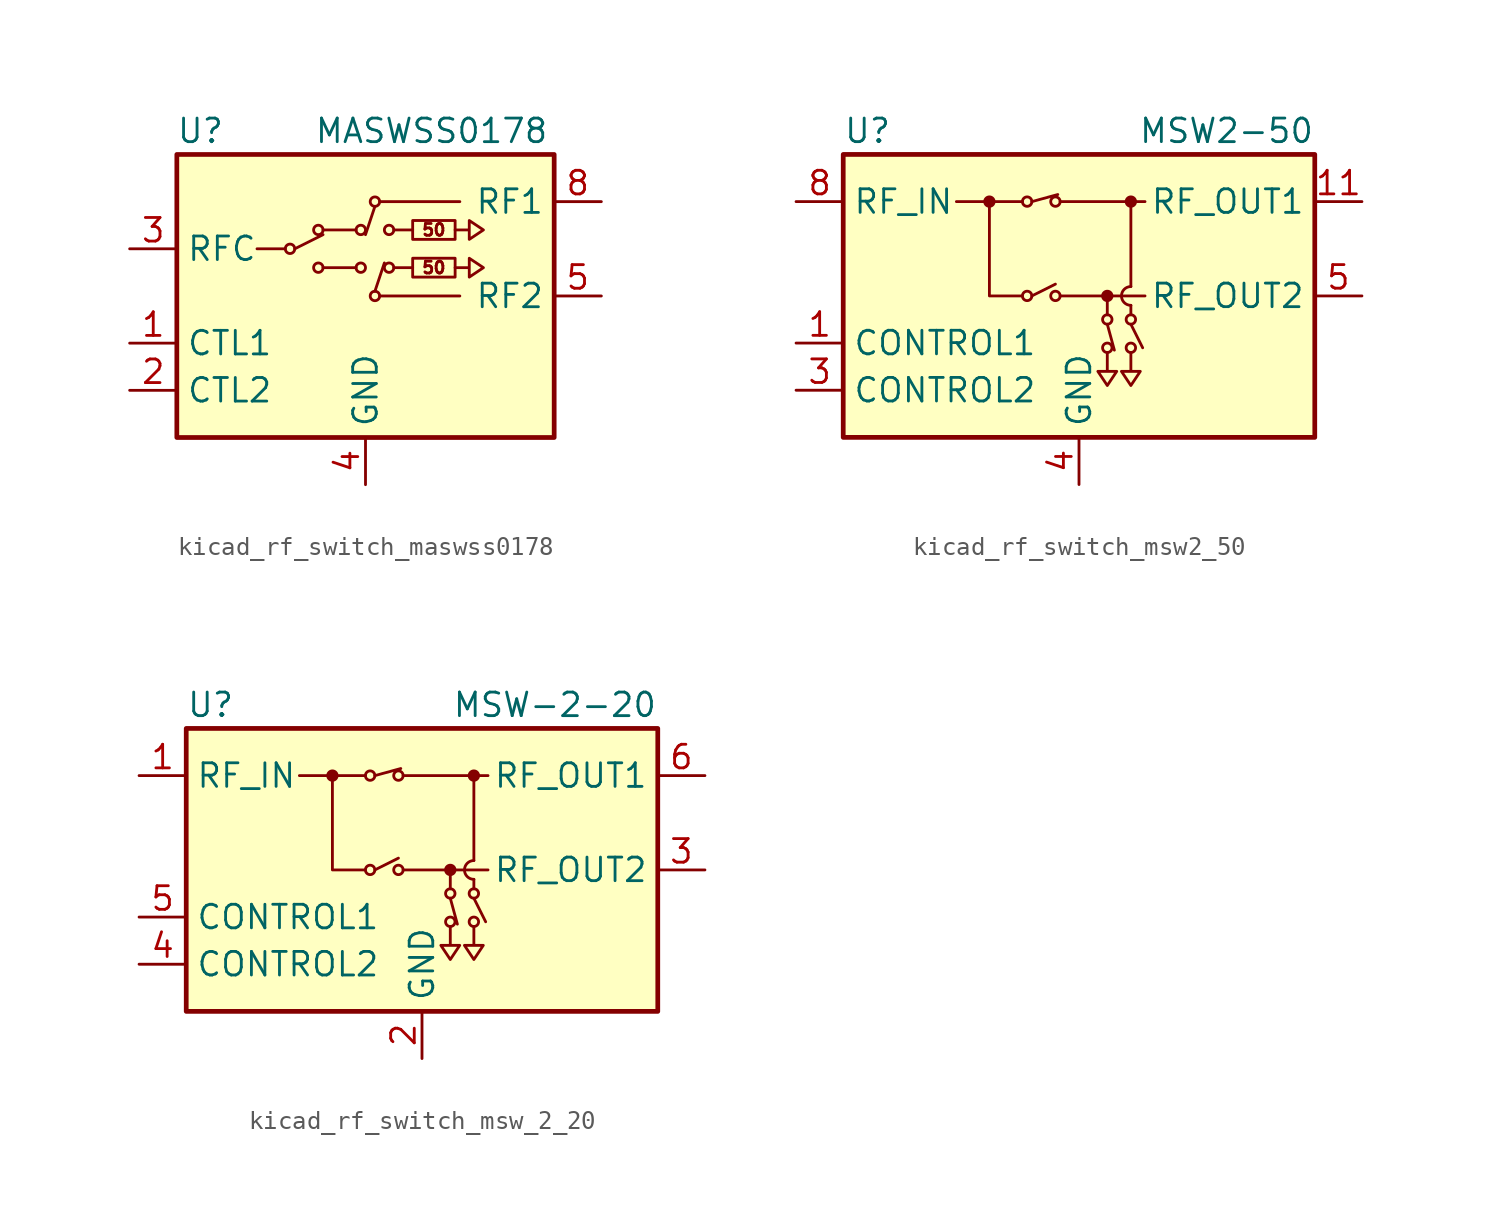
<source format=kicad_sym>
(kicad_symbol_lib
  (version 20220914)
  (generator kicad_symbol_editor)
  (symbol "kicad_rf_switch_maswss0178"
    (property "Reference" "U"
      (at -8.89 8.89 0)
      (effects (font (size 1.27 1.27))))
    (property "Value" "MASWSS0178"
      (at 3.556 8.89 0)
      (effects (font (size 1.27 1.27))))
    (symbol "kicad_rf_switch_maswss0178_0_1"
      (polyline (pts (xy -4.318 2.54) (xy -5.842 2.54)) (stroke (width 0) (type default)) (fill (type none)))
      (polyline (pts (xy -2.286 1.524) (xy -0.508 1.524)) (stroke (width 0) (type default)) (fill (type none)))
      (polyline (pts (xy -0.508 3.556) (xy -2.286 3.556)) (stroke (width 0) (type default)) (fill (type none))))
    (symbol "kicad_rf_switch_maswss0178_1_1"
      (rectangle (start -10.16 7.62) (end 10.16 -7.62) (stroke (width 0.254) (type default)) (fill (type background)))
      (circle (center -4.064 2.54) (radius 0.254) (stroke (width 0) (type default)) (fill (type none)))
      (circle (center -2.54 1.524) (radius 0.254) (stroke (width 0) (type default)) (fill (type none)))
      (circle (center -2.54 3.556) (radius 0.254) (stroke (width 0) (type default)) (fill (type none)))
      (circle (center -0.254 1.524) (radius 0.254) (stroke (width 0) (type default)) (fill (type none)))
      (circle (center -0.254 3.556) (radius 0.254) (stroke (width 0) (type default)) (fill (type none)))
      (polyline (pts (xy -3.81 2.54) (xy -2.286 3.302)) (stroke (width 0) (type default)) (fill (type none)))
      (polyline (pts (xy 0.508 0.254) (xy 1.016 1.778)) (stroke (width 0) (type default)) (fill (type none)))
      (polyline (pts (xy 0.508 4.826) (xy 0 3.302)) (stroke (width 0) (type default)) (fill (type none)))
      (polyline (pts (xy 0.762 0) (xy 5.08 0)) (stroke (width 0) (type default)) (fill (type none)))
      (polyline (pts (xy 0.762 5.08) (xy 5.08 5.08)) (stroke (width 0) (type default)) (fill (type none)))
      (polyline (pts (xy 1.524 1.524) (xy 2.54 1.524)) (stroke (width 0) (type default)) (fill (type none)))
      (polyline (pts (xy 1.524 3.556) (xy 2.54 3.556)) (stroke (width 0) (type default)) (fill (type none)))
      (polyline (pts (xy 4.826 1.524) (xy 5.588 1.524) (xy 5.588 1.016) (xy 6.35 1.524) (xy 5.588 2.032) (xy 5.588 1.524)) (stroke (width 0) (type default)) (fill (type none)))
      (polyline (pts (xy 4.826 3.556) (xy 5.588 3.556) (xy 5.588 3.048) (xy 6.35 3.556) (xy 5.588 4.064) (xy 5.588 3.556)) (stroke (width 0) (type default)) (fill (type none)))
      (circle (center 0.508 0) (radius 0.254) (stroke (width 0) (type default)) (fill (type none)))
      (circle (center 0.508 5.08) (radius 0.254) (stroke (width 0) (type default)) (fill (type none)))
      (circle (center 1.27 1.524) (radius 0.254) (stroke (width 0) (type default)) (fill (type none)))
      (circle (center 1.27 3.556) (radius 0.254) (stroke (width 0) (type default)) (fill (type none)))
      (rectangle (start 2.54 1.016) (end 4.826 2.032) (stroke (width 0) (type default)) (fill (type none)))
      (rectangle (start 2.54 3.048) (end 4.826 4.064) (stroke (width 0) (type default)) (fill (type none)))
      (text "50" (at 3.683 1.524 0) (effects (font (size 0.635 0.635))))
      (text "50" (at 3.683 3.556 0) (effects (font (size 0.635 0.635))))
      (pin input line (at -12.7 -2.54 0) (length 2.54) (name "CTL1" (effects (font (size 1.27 1.27)))) (number "1" (effects (font (size 1.27 1.27)))))
      (pin input line (at -12.7 -5.08 0) (length 2.54) (name "CTL2" (effects (font (size 1.27 1.27)))) (number "2" (effects (font (size 1.27 1.27)))))
      (pin passive line (at -12.7 2.54 0) (length 2.54) (name "RFC" (effects (font (size 1.27 1.27)))) (number "3" (effects (font (size 1.27 1.27)))))
      (pin power_in line (at 0 -10.16 90) (length 2.54) (name "GND" (effects (font (size 1.27 1.27)))) (number "4" (effects (font (size 1.27 1.27)))))
      (pin passive line (at 12.7 0 180) (length 2.54) (name "RF2" (effects (font (size 1.27 1.27)))) (number "5" (effects (font (size 1.27 1.27)))))
      (pin passive line (at 0 -10.16 90) (length 2.54) hide (name "GND" (effects (font (size 1.27 1.27)))) (number "6" (effects (font (size 1.27 1.27)))))
      (pin passive line (at 0 -10.16 90) (length 2.54) hide (name "GND" (effects (font (size 1.27 1.27)))) (number "7" (effects (font (size 1.27 1.27)))))
      (pin passive line (at 12.7 5.08 180) (length 2.54) (name "RF1" (effects (font (size 1.27 1.27)))) (number "8" (effects (font (size 1.27 1.27)))))
      (pin passive line (at 0 -10.16 90) (length 2.54) hide (name "GND" (effects (font (size 1.27 1.27)))) (number "9" (effects (font (size 1.27 1.27)))))))
  (symbol "kicad_rf_switch_msw2_50"
    (property "Reference" "U"
      (at -12.7 8.89 0)
      (effects (font (size 1.27 1.27)) (justify left)))
    (property "Value" "MSW2-50"
      (at 12.7 8.89 0)
      (effects (font (size 1.27 1.27)) (justify right)))
    (symbol "kicad_rf_switch_msw2_50_0_1"
      (rectangle (start -12.7 7.62) (end 12.7 -7.62) (stroke (width 0.254) (type default)) (fill (type background)))
      (circle (center -4.826 5.08) (radius 0.254) (stroke (width 0) (type default)) (fill (type outline)))
      (circle (center -2.794 0) (radius 0.254) (stroke (width 0) (type default)) (fill (type none)))
      (circle (center -2.794 5.08) (radius 0.254) (stroke (width 0) (type default)) (fill (type none)))
      (circle (center -1.27 0) (radius 0.254) (stroke (width 0) (type default)) (fill (type none)))
      (circle (center -1.27 5.08) (radius 0.254) (stroke (width 0) (type default)) (fill (type none)))
      (polyline (pts (xy -3.048 5.08) (xy -6.604 5.08)) (stroke (width 0) (type default)) (fill (type none)))
      (polyline (pts (xy -2.54 0) (xy -1.27 0.635)) (stroke (width 0) (type default)) (fill (type none)))
      (polyline (pts (xy -2.54 5.08) (xy -1.143 5.461)) (stroke (width 0) (type default)) (fill (type none)))
      (polyline (pts (xy -1.016 0) (xy 3.556 0)) (stroke (width 0) (type default)) (fill (type none)))
      (polyline (pts (xy -1.016 5.08) (xy 3.556 5.08)) (stroke (width 0) (type default)) (fill (type none)))
      (polyline (pts (xy 1.524 -1.524) (xy 1.905 -2.921)) (stroke (width 0) (type default)) (fill (type none)))
      (polyline (pts (xy 1.524 -1.016) (xy 1.524 0)) (stroke (width 0) (type default)) (fill (type none)))
      (polyline (pts (xy 2.794 -1.524) (xy 3.429 -2.794)) (stroke (width 0) (type default)) (fill (type none)))
      (polyline (pts (xy 2.794 -0.508) (xy 2.794 -1.016)) (stroke (width 0) (type default)) (fill (type none)))
      (polyline (pts (xy 2.794 5.08) (xy 2.794 0.508)) (stroke (width 0) (type default)) (fill (type none)))
      (polyline (pts (xy -4.826 5.08) (xy -4.826 0) (xy -3.048 0)) (stroke (width 0) (type default)) (fill (type none)))
      (polyline (pts (xy 1.524 -3.048) (xy 1.524 -4.064) (xy 1.016 -4.064) (xy 1.524 -4.826) (xy 2.032 -4.064) (xy 1.524 -4.064)) (stroke (width 0) (type default)) (fill (type none)))
      (polyline (pts (xy 2.794 -3.048) (xy 2.794 -4.064) (xy 2.286 -4.064) (xy 2.794 -4.826) (xy 3.302 -4.064) (xy 2.794 -4.064)) (stroke (width 0) (type default)) (fill (type none)))
      (circle (center 1.524 -2.794) (radius 0.254) (stroke (width 0) (type default)) (fill (type none)))
      (circle (center 1.524 -1.27) (radius 0.254) (stroke (width 0) (type default)) (fill (type none)))
      (circle (center 1.524 0) (radius 0.254) (stroke (width 0) (type default)) (fill (type outline)))
      (circle (center 2.794 -2.794) (radius 0.254) (stroke (width 0) (type default)) (fill (type none)))
      (circle (center 2.794 -1.27) (radius 0.254) (stroke (width 0) (type default)) (fill (type none)))
      (arc (start 2.794 0.508) (mid 2.2882 0) (end 2.794 -0.508) (stroke (width 0) (type default)) (fill (type none)))
      (circle (center 2.794 5.08) (radius 0.254) (stroke (width 0) (type default)) (fill (type outline))))
    (symbol "kicad_rf_switch_msw2_50_1_1"
      (pin input line (at -15.24 -2.54 0) (length 2.54) (name "CONTROL1" (effects (font (size 1.27 1.27)))) (number "1" (effects (font (size 1.27 1.27)))))
      (pin passive line (at 0 -10.16 90) (length 2.54) hide (name "GND" (effects (font (size 1.27 1.27)))) (number "10" (effects (font (size 1.27 1.27)))))
      (pin passive line (at 15.24 5.08 180) (length 2.54) (name "RF_OUT1" (effects (font (size 1.27 1.27)))) (number "11" (effects (font (size 1.27 1.27)))))
      (pin passive line (at 0 -10.16 90) (length 2.54) hide (name "GND" (effects (font (size 1.27 1.27)))) (number "12" (effects (font (size 1.27 1.27)))))
      (pin passive line (at 0 -10.16 90) (length 2.54) hide (name "GND" (effects (font (size 1.27 1.27)))) (number "13" (effects (font (size 1.27 1.27)))))
      (pin no_connect line (at 12.7 -5.08 180) (length 2.54) hide (name "NC" (effects (font (size 1.27 1.27)))) (number "2" (effects (font (size 1.27 1.27)))))
      (pin input line (at -15.24 -5.08 0) (length 2.54) (name "CONTROL2" (effects (font (size 1.27 1.27)))) (number "3" (effects (font (size 1.27 1.27)))))
      (pin power_in line (at 0 -10.16 90) (length 2.54) (name "GND" (effects (font (size 1.27 1.27)))) (number "4" (effects (font (size 1.27 1.27)))))
      (pin passive line (at 15.24 0 180) (length 2.54) (name "RF_OUT2" (effects (font (size 1.27 1.27)))) (number "5" (effects (font (size 1.27 1.27)))))
      (pin passive line (at 0 -10.16 90) (length 2.54) hide (name "GND" (effects (font (size 1.27 1.27)))) (number "6" (effects (font (size 1.27 1.27)))))
      (pin passive line (at 0 -10.16 90) (length 2.54) hide (name "GND" (effects (font (size 1.27 1.27)))) (number "7" (effects (font (size 1.27 1.27)))))
      (pin passive line (at -15.24 5.08 0) (length 2.54) (name "RF_IN" (effects (font (size 1.27 1.27)))) (number "8" (effects (font (size 1.27 1.27)))))
      (pin passive line (at 0 -10.16 90) (length 2.54) hide (name "GND" (effects (font (size 1.27 1.27)))) (number "9" (effects (font (size 1.27 1.27)))))))
  (symbol "kicad_rf_switch_msw_2_20"
    (property "Reference" "U"
      (at -12.7 8.89 0)
      (effects (font (size 1.27 1.27)) (justify left)))
    (property "Value" "MSW-2-20"
      (at 12.7 8.89 0)
      (effects (font (size 1.27 1.27)) (justify right)))
    (symbol "kicad_rf_switch_msw_2_20_0_1"
      (rectangle (start -12.7 7.62) (end 12.7 -7.62) (stroke (width 0.254) (type default)) (fill (type background)))
      (circle (center -4.826 5.08) (radius 0.254) (stroke (width 0) (type default)) (fill (type outline)))
      (circle (center -2.794 0) (radius 0.254) (stroke (width 0) (type default)) (fill (type none)))
      (circle (center -2.794 5.08) (radius 0.254) (stroke (width 0) (type default)) (fill (type none)))
      (circle (center -1.27 0) (radius 0.254) (stroke (width 0) (type default)) (fill (type none)))
      (circle (center -1.27 5.08) (radius 0.254) (stroke (width 0) (type default)) (fill (type none)))
      (polyline (pts (xy -3.048 5.08) (xy -6.604 5.08)) (stroke (width 0) (type default)) (fill (type none)))
      (polyline (pts (xy -2.54 0) (xy -1.27 0.635)) (stroke (width 0) (type default)) (fill (type none)))
      (polyline (pts (xy -2.54 5.08) (xy -1.143 5.461)) (stroke (width 0) (type default)) (fill (type none)))
      (polyline (pts (xy -1.016 0) (xy 3.556 0)) (stroke (width 0) (type default)) (fill (type none)))
      (polyline (pts (xy -1.016 5.08) (xy 3.556 5.08)) (stroke (width 0) (type default)) (fill (type none)))
      (polyline (pts (xy 1.524 -1.524) (xy 1.905 -2.921)) (stroke (width 0) (type default)) (fill (type none)))
      (polyline (pts (xy 1.524 -1.016) (xy 1.524 0)) (stroke (width 0) (type default)) (fill (type none)))
      (polyline (pts (xy 2.794 -1.524) (xy 3.429 -2.794)) (stroke (width 0) (type default)) (fill (type none)))
      (polyline (pts (xy 2.794 -0.508) (xy 2.794 -1.016)) (stroke (width 0) (type default)) (fill (type none)))
      (polyline (pts (xy 2.794 5.08) (xy 2.794 0.508)) (stroke (width 0) (type default)) (fill (type none)))
      (polyline (pts (xy -4.826 5.08) (xy -4.826 0) (xy -3.048 0)) (stroke (width 0) (type default)) (fill (type none)))
      (polyline (pts (xy 1.524 -3.048) (xy 1.524 -4.064) (xy 1.016 -4.064) (xy 1.524 -4.826) (xy 2.032 -4.064) (xy 1.524 -4.064)) (stroke (width 0) (type default)) (fill (type none)))
      (polyline (pts (xy 2.794 -3.048) (xy 2.794 -4.064) (xy 2.286 -4.064) (xy 2.794 -4.826) (xy 3.302 -4.064) (xy 2.794 -4.064)) (stroke (width 0) (type default)) (fill (type none)))
      (circle (center 1.524 -2.794) (radius 0.254) (stroke (width 0) (type default)) (fill (type none)))
      (circle (center 1.524 -1.27) (radius 0.254) (stroke (width 0) (type default)) (fill (type none)))
      (circle (center 1.524 0) (radius 0.254) (stroke (width 0) (type default)) (fill (type outline)))
      (circle (center 2.794 -2.794) (radius 0.254) (stroke (width 0) (type default)) (fill (type none)))
      (circle (center 2.794 -1.27) (radius 0.254) (stroke (width 0) (type default)) (fill (type none)))
      (arc (start 2.794 0.508) (mid 2.2882 0) (end 2.794 -0.508) (stroke (width 0) (type default)) (fill (type none)))
      (circle (center 2.794 5.08) (radius 0.254) (stroke (width 0) (type default)) (fill (type outline))))
    (symbol "kicad_rf_switch_msw_2_20_1_1"
      (pin passive line (at -15.24 5.08 0) (length 2.54) (name "RF_IN" (effects (font (size 1.27 1.27)))) (number "1" (effects (font (size 1.27 1.27)))))
      (pin power_in line (at 0 -10.16 90) (length 2.54) (name "GND" (effects (font (size 1.27 1.27)))) (number "2" (effects (font (size 1.27 1.27)))))
      (pin passive line (at 15.24 0 180) (length 2.54) (name "RF_OUT2" (effects (font (size 1.27 1.27)))) (number "3" (effects (font (size 1.27 1.27)))))
      (pin input line (at -15.24 -5.08 0) (length 2.54) (name "CONTROL2" (effects (font (size 1.27 1.27)))) (number "4" (effects (font (size 1.27 1.27)))))
      (pin input line (at -15.24 -2.54 0) (length 2.54) (name "CONTROL1" (effects (font (size 1.27 1.27)))) (number "5" (effects (font (size 1.27 1.27)))))
      (pin passive line (at 15.24 5.08 180) (length 2.54) (name "RF_OUT1" (effects (font (size 1.27 1.27)))) (number "6" (effects (font (size 1.27 1.27)))))
      (pin passive line (at 0 -10.16 90) (length 2.54) hide (name "GND" (effects (font (size 1.27 1.27)))) (number "7" (effects (font (size 1.27 1.27)))))
      (pin passive line (at 0 -10.16 90) (length 2.54) hide (name "GND" (effects (font (size 1.27 1.27)))) (number "8" (effects (font (size 1.27 1.27))))))))
</source>
